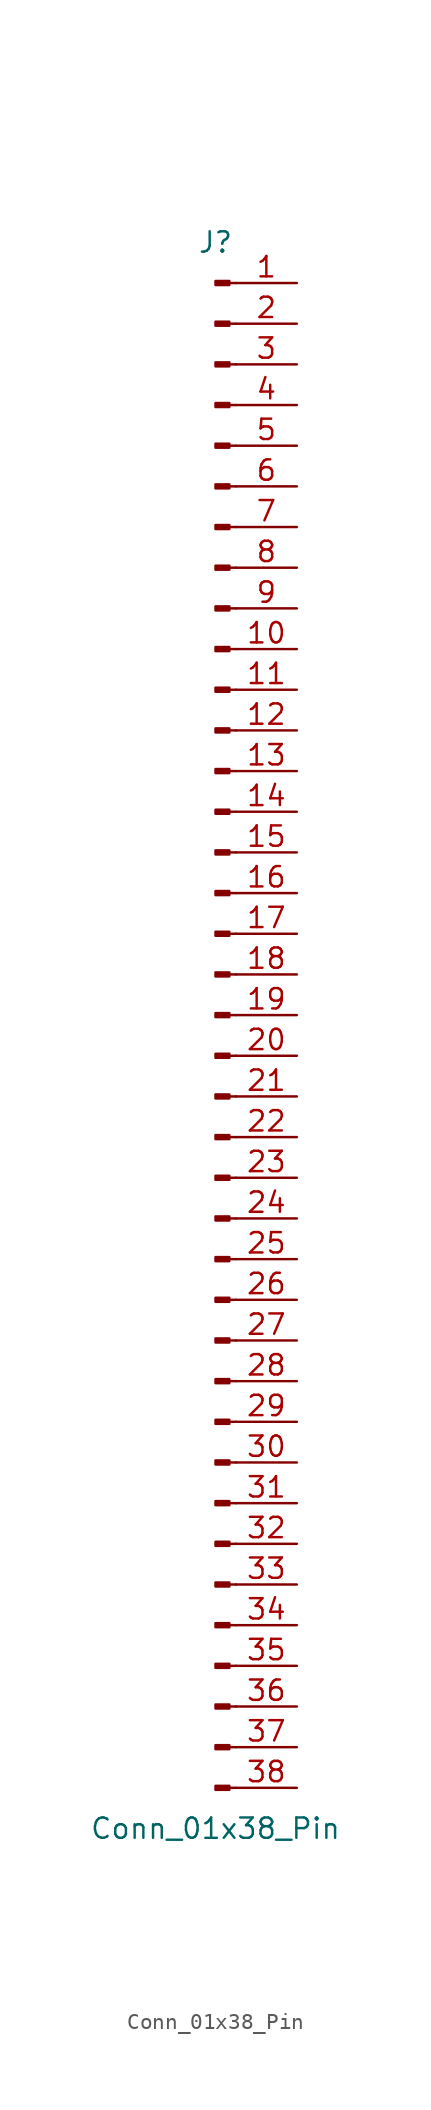
<source format=kicad_sym>
(kicad_symbol_lib
  (version 20241209)
  (generator "kicad_symbol_editor")
  (generator_version "9.0")
  (symbol "Conn_01x38_Pin"
    (pin_names
      (offset 1.016)
      (hide yes))
    (property "Reference" "J"
      (at 0 48.26 0)
      (effects (font (size 1.27 1.27))))
    (property "Value" "Conn_01x38_Pin"
      (at 0 -50.8 0)
      (effects (font (size 1.27 1.27))))
    (property "ki_locked" ""
      (at 0 0 0)
      (effects (font (size 1.27 1.27))))
    (symbol "Conn_01x38_Pin_1_1"
      (rectangle (start 0.864 45.847) (end 0 45.593) (stroke (width 0.152) (type default)) (fill (type outline)))
      (rectangle (start 0.864 43.307) (end 0 43.053) (stroke (width 0.152) (type default)) (fill (type outline)))
      (rectangle (start 0.864 40.767) (end 0 40.513) (stroke (width 0.152) (type default)) (fill (type outline)))
      (rectangle (start 0.864 38.227) (end 0 37.973) (stroke (width 0.152) (type default)) (fill (type outline)))
      (rectangle (start 0.864 35.687) (end 0 35.433) (stroke (width 0.152) (type default)) (fill (type outline)))
      (rectangle (start 0.864 33.147) (end 0 32.893) (stroke (width 0.152) (type default)) (fill (type outline)))
      (rectangle (start 0.864 30.607) (end 0 30.353) (stroke (width 0.152) (type default)) (fill (type outline)))
      (rectangle (start 0.864 28.067) (end 0 27.813) (stroke (width 0.152) (type default)) (fill (type outline)))
      (rectangle (start 0.864 25.527) (end 0 25.273) (stroke (width 0.152) (type default)) (fill (type outline)))
      (rectangle (start 0.864 22.987) (end 0 22.733) (stroke (width 0.152) (type default)) (fill (type outline)))
      (rectangle (start 0.864 20.447) (end 0 20.193) (stroke (width 0.152) (type default)) (fill (type outline)))
      (rectangle (start 0.864 17.907) (end 0 17.653) (stroke (width 0.152) (type default)) (fill (type outline)))
      (rectangle (start 0.864 15.367) (end 0 15.113) (stroke (width 0.152) (type default)) (fill (type outline)))
      (rectangle (start 0.864 12.827) (end 0 12.573) (stroke (width 0.152) (type default)) (fill (type outline)))
      (rectangle (start 0.864 10.287) (end 0 10.033) (stroke (width 0.152) (type default)) (fill (type outline)))
      (rectangle (start 0.864 7.747) (end 0 7.493) (stroke (width 0.152) (type default)) (fill (type outline)))
      (rectangle (start 0.864 5.207) (end 0 4.953) (stroke (width 0.152) (type default)) (fill (type outline)))
      (rectangle (start 0.864 2.667) (end 0 2.413) (stroke (width 0.152) (type default)) (fill (type outline)))
      (rectangle (start 0.864 0.127) (end 0 -0.127) (stroke (width 0.152) (type default)) (fill (type outline)))
      (rectangle (start 0.864 -2.413) (end 0 -2.667) (stroke (width 0.152) (type default)) (fill (type outline)))
      (rectangle (start 0.864 -4.953) (end 0 -5.207) (stroke (width 0.152) (type default)) (fill (type outline)))
      (rectangle (start 0.864 -7.493) (end 0 -7.747) (stroke (width 0.152) (type default)) (fill (type outline)))
      (rectangle (start 0.864 -10.033) (end 0 -10.287) (stroke (width 0.152) (type default)) (fill (type outline)))
      (rectangle (start 0.864 -12.573) (end 0 -12.827) (stroke (width 0.152) (type default)) (fill (type outline)))
      (rectangle (start 0.864 -15.113) (end 0 -15.367) (stroke (width 0.152) (type default)) (fill (type outline)))
      (rectangle (start 0.864 -17.653) (end 0 -17.907) (stroke (width 0.152) (type default)) (fill (type outline)))
      (rectangle (start 0.864 -20.193) (end 0 -20.447) (stroke (width 0.152) (type default)) (fill (type outline)))
      (rectangle (start 0.864 -22.733) (end 0 -22.987) (stroke (width 0.152) (type default)) (fill (type outline)))
      (rectangle (start 0.864 -25.273) (end 0 -25.527) (stroke (width 0.152) (type default)) (fill (type outline)))
      (rectangle (start 0.864 -27.813) (end 0 -28.067) (stroke (width 0.152) (type default)) (fill (type outline)))
      (rectangle (start 0.864 -30.353) (end 0 -30.607) (stroke (width 0.152) (type default)) (fill (type outline)))
      (rectangle (start 0.864 -32.893) (end 0 -33.147) (stroke (width 0.152) (type default)) (fill (type outline)))
      (rectangle (start 0.864 -35.433) (end 0 -35.687) (stroke (width 0.152) (type default)) (fill (type outline)))
      (rectangle (start 0.864 -37.973) (end 0 -38.227) (stroke (width 0.152) (type default)) (fill (type outline)))
      (rectangle (start 0.864 -40.513) (end 0 -40.767) (stroke (width 0.152) (type default)) (fill (type outline)))
      (rectangle (start 0.864 -43.053) (end 0 -43.307) (stroke (width 0.152) (type default)) (fill (type outline)))
      (rectangle (start 0.864 -45.593) (end 0 -45.847) (stroke (width 0.152) (type default)) (fill (type outline)))
      (rectangle (start 0.864 -48.133) (end 0 -48.387) (stroke (width 0.152) (type default)) (fill (type outline)))
      (polyline (pts (xy 1.27 45.72) (xy 0.864 45.72)) (stroke (width 0.152) (type default)) (fill (type none)))
      (polyline (pts (xy 1.27 43.18) (xy 0.864 43.18)) (stroke (width 0.152) (type default)) (fill (type none)))
      (polyline (pts (xy 1.27 40.64) (xy 0.864 40.64)) (stroke (width 0.152) (type default)) (fill (type none)))
      (polyline (pts (xy 1.27 38.1) (xy 0.864 38.1)) (stroke (width 0.152) (type default)) (fill (type none)))
      (polyline (pts (xy 1.27 35.56) (xy 0.864 35.56)) (stroke (width 0.152) (type default)) (fill (type none)))
      (polyline (pts (xy 1.27 33.02) (xy 0.864 33.02)) (stroke (width 0.152) (type default)) (fill (type none)))
      (polyline (pts (xy 1.27 30.48) (xy 0.864 30.48)) (stroke (width 0.152) (type default)) (fill (type none)))
      (polyline (pts (xy 1.27 27.94) (xy 0.864 27.94)) (stroke (width 0.152) (type default)) (fill (type none)))
      (polyline (pts (xy 1.27 25.4) (xy 0.864 25.4)) (stroke (width 0.152) (type default)) (fill (type none)))
      (polyline (pts (xy 1.27 22.86) (xy 0.864 22.86)) (stroke (width 0.152) (type default)) (fill (type none)))
      (polyline (pts (xy 1.27 20.32) (xy 0.864 20.32)) (stroke (width 0.152) (type default)) (fill (type none)))
      (polyline (pts (xy 1.27 17.78) (xy 0.864 17.78)) (stroke (width 0.152) (type default)) (fill (type none)))
      (polyline (pts (xy 1.27 15.24) (xy 0.864 15.24)) (stroke (width 0.152) (type default)) (fill (type none)))
      (polyline (pts (xy 1.27 12.7) (xy 0.864 12.7)) (stroke (width 0.152) (type default)) (fill (type none)))
      (polyline (pts (xy 1.27 10.16) (xy 0.864 10.16)) (stroke (width 0.152) (type default)) (fill (type none)))
      (polyline (pts (xy 1.27 7.62) (xy 0.864 7.62)) (stroke (width 0.152) (type default)) (fill (type none)))
      (polyline (pts (xy 1.27 5.08) (xy 0.864 5.08)) (stroke (width 0.152) (type default)) (fill (type none)))
      (polyline (pts (xy 1.27 2.54) (xy 0.864 2.54)) (stroke (width 0.152) (type default)) (fill (type none)))
      (polyline (pts (xy 1.27 0) (xy 0.864 0)) (stroke (width 0.152) (type default)) (fill (type none)))
      (polyline (pts (xy 1.27 -2.54) (xy 0.864 -2.54)) (stroke (width 0.152) (type default)) (fill (type none)))
      (polyline (pts (xy 1.27 -5.08) (xy 0.864 -5.08)) (stroke (width 0.152) (type default)) (fill (type none)))
      (polyline (pts (xy 1.27 -7.62) (xy 0.864 -7.62)) (stroke (width 0.152) (type default)) (fill (type none)))
      (polyline (pts (xy 1.27 -10.16) (xy 0.864 -10.16)) (stroke (width 0.152) (type default)) (fill (type none)))
      (polyline (pts (xy 1.27 -12.7) (xy 0.864 -12.7)) (stroke (width 0.152) (type default)) (fill (type none)))
      (polyline (pts (xy 1.27 -15.24) (xy 0.864 -15.24)) (stroke (width 0.152) (type default)) (fill (type none)))
      (polyline (pts (xy 1.27 -17.78) (xy 0.864 -17.78)) (stroke (width 0.152) (type default)) (fill (type none)))
      (polyline (pts (xy 1.27 -20.32) (xy 0.864 -20.32)) (stroke (width 0.152) (type default)) (fill (type none)))
      (polyline (pts (xy 1.27 -22.86) (xy 0.864 -22.86)) (stroke (width 0.152) (type default)) (fill (type none)))
      (polyline (pts (xy 1.27 -25.4) (xy 0.864 -25.4)) (stroke (width 0.152) (type default)) (fill (type none)))
      (polyline (pts (xy 1.27 -27.94) (xy 0.864 -27.94)) (stroke (width 0.152) (type default)) (fill (type none)))
      (polyline (pts (xy 1.27 -30.48) (xy 0.864 -30.48)) (stroke (width 0.152) (type default)) (fill (type none)))
      (polyline (pts (xy 1.27 -33.02) (xy 0.864 -33.02)) (stroke (width 0.152) (type default)) (fill (type none)))
      (polyline (pts (xy 1.27 -35.56) (xy 0.864 -35.56)) (stroke (width 0.152) (type default)) (fill (type none)))
      (polyline (pts (xy 1.27 -38.1) (xy 0.864 -38.1)) (stroke (width 0.152) (type default)) (fill (type none)))
      (polyline (pts (xy 1.27 -40.64) (xy 0.864 -40.64)) (stroke (width 0.152) (type default)) (fill (type none)))
      (polyline (pts (xy 1.27 -43.18) (xy 0.864 -43.18)) (stroke (width 0.152) (type default)) (fill (type none)))
      (polyline (pts (xy 1.27 -45.72) (xy 0.864 -45.72)) (stroke (width 0.152) (type default)) (fill (type none)))
      (polyline (pts (xy 1.27 -48.26) (xy 0.864 -48.26)) (stroke (width 0.152) (type default)) (fill (type none)))
      (pin passive line (at 5.08 45.72 180) (length 3.81) (name "Pin_1" (effects (font (size 1.27 1.27)))) (number "1" (effects (font (size 1.27 1.27)))))
      (pin passive line (at 5.08 43.18 180) (length 3.81) (name "Pin_2" (effects (font (size 1.27 1.27)))) (number "2" (effects (font (size 1.27 1.27)))))
      (pin passive line (at 5.08 40.64 180) (length 3.81) (name "Pin_3" (effects (font (size 1.27 1.27)))) (number "3" (effects (font (size 1.27 1.27)))))
      (pin passive line (at 5.08 38.1 180) (length 3.81) (name "Pin_4" (effects (font (size 1.27 1.27)))) (number "4" (effects (font (size 1.27 1.27)))))
      (pin passive line (at 5.08 35.56 180) (length 3.81) (name "Pin_5" (effects (font (size 1.27 1.27)))) (number "5" (effects (font (size 1.27 1.27)))))
      (pin passive line (at 5.08 33.02 180) (length 3.81) (name "Pin_6" (effects (font (size 1.27 1.27)))) (number "6" (effects (font (size 1.27 1.27)))))
      (pin passive line (at 5.08 30.48 180) (length 3.81) (name "Pin_7" (effects (font (size 1.27 1.27)))) (number "7" (effects (font (size 1.27 1.27)))))
      (pin passive line (at 5.08 27.94 180) (length 3.81) (name "Pin_8" (effects (font (size 1.27 1.27)))) (number "8" (effects (font (size 1.27 1.27)))))
      (pin passive line (at 5.08 25.4 180) (length 3.81) (name "Pin_9" (effects (font (size 1.27 1.27)))) (number "9" (effects (font (size 1.27 1.27)))))
      (pin passive line (at 5.08 22.86 180) (length 3.81) (name "Pin_10" (effects (font (size 1.27 1.27)))) (number "10" (effects (font (size 1.27 1.27)))))
      (pin passive line (at 5.08 20.32 180) (length 3.81) (name "Pin_11" (effects (font (size 1.27 1.27)))) (number "11" (effects (font (size 1.27 1.27)))))
      (pin passive line (at 5.08 17.78 180) (length 3.81) (name "Pin_12" (effects (font (size 1.27 1.27)))) (number "12" (effects (font (size 1.27 1.27)))))
      (pin passive line (at 5.08 15.24 180) (length 3.81) (name "Pin_13" (effects (font (size 1.27 1.27)))) (number "13" (effects (font (size 1.27 1.27)))))
      (pin passive line (at 5.08 12.7 180) (length 3.81) (name "Pin_14" (effects (font (size 1.27 1.27)))) (number "14" (effects (font (size 1.27 1.27)))))
      (pin passive line (at 5.08 10.16 180) (length 3.81) (name "Pin_15" (effects (font (size 1.27 1.27)))) (number "15" (effects (font (size 1.27 1.27)))))
      (pin passive line (at 5.08 7.62 180) (length 3.81) (name "Pin_16" (effects (font (size 1.27 1.27)))) (number "16" (effects (font (size 1.27 1.27)))))
      (pin passive line (at 5.08 5.08 180) (length 3.81) (name "Pin_17" (effects (font (size 1.27 1.27)))) (number "17" (effects (font (size 1.27 1.27)))))
      (pin passive line (at 5.08 2.54 180) (length 3.81) (name "Pin_18" (effects (font (size 1.27 1.27)))) (number "18" (effects (font (size 1.27 1.27)))))
      (pin passive line (at 5.08 0 180) (length 3.81) (name "Pin_19" (effects (font (size 1.27 1.27)))) (number "19" (effects (font (size 1.27 1.27)))))
      (pin passive line (at 5.08 -2.54 180) (length 3.81) (name "Pin_20" (effects (font (size 1.27 1.27)))) (number "20" (effects (font (size 1.27 1.27)))))
      (pin passive line (at 5.08 -5.08 180) (length 3.81) (name "Pin_21" (effects (font (size 1.27 1.27)))) (number "21" (effects (font (size 1.27 1.27)))))
      (pin passive line (at 5.08 -7.62 180) (length 3.81) (name "Pin_22" (effects (font (size 1.27 1.27)))) (number "22" (effects (font (size 1.27 1.27)))))
      (pin passive line (at 5.08 -10.16 180) (length 3.81) (name "Pin_23" (effects (font (size 1.27 1.27)))) (number "23" (effects (font (size 1.27 1.27)))))
      (pin passive line (at 5.08 -12.7 180) (length 3.81) (name "Pin_24" (effects (font (size 1.27 1.27)))) (number "24" (effects (font (size 1.27 1.27)))))
      (pin passive line (at 5.08 -15.24 180) (length 3.81) (name "Pin_25" (effects (font (size 1.27 1.27)))) (number "25" (effects (font (size 1.27 1.27)))))
      (pin passive line (at 5.08 -17.78 180) (length 3.81) (name "Pin_26" (effects (font (size 1.27 1.27)))) (number "26" (effects (font (size 1.27 1.27)))))
      (pin passive line (at 5.08 -20.32 180) (length 3.81) (name "Pin_27" (effects (font (size 1.27 1.27)))) (number "27" (effects (font (size 1.27 1.27)))))
      (pin passive line (at 5.08 -22.86 180) (length 3.81) (name "Pin_28" (effects (font (size 1.27 1.27)))) (number "28" (effects (font (size 1.27 1.27)))))
      (pin passive line (at 5.08 -25.4 180) (length 3.81) (name "Pin_29" (effects (font (size 1.27 1.27)))) (number "29" (effects (font (size 1.27 1.27)))))
      (pin passive line (at 5.08 -27.94 180) (length 3.81) (name "Pin_30" (effects (font (size 1.27 1.27)))) (number "30" (effects (font (size 1.27 1.27)))))
      (pin passive line (at 5.08 -30.48 180) (length 3.81) (name "Pin_31" (effects (font (size 1.27 1.27)))) (number "31" (effects (font (size 1.27 1.27)))))
      (pin passive line (at 5.08 -33.02 180) (length 3.81) (name "Pin_32" (effects (font (size 1.27 1.27)))) (number "32" (effects (font (size 1.27 1.27)))))
      (pin passive line (at 5.08 -35.56 180) (length 3.81) (name "Pin_33" (effects (font (size 1.27 1.27)))) (number "33" (effects (font (size 1.27 1.27)))))
      (pin passive line (at 5.08 -38.1 180) (length 3.81) (name "Pin_34" (effects (font (size 1.27 1.27)))) (number "34" (effects (font (size 1.27 1.27)))))
      (pin passive line (at 5.08 -40.64 180) (length 3.81) (name "Pin_35" (effects (font (size 1.27 1.27)))) (number "35" (effects (font (size 1.27 1.27)))))
      (pin passive line (at 5.08 -43.18 180) (length 3.81) (name "Pin_36" (effects (font (size 1.27 1.27)))) (number "36" (effects (font (size 1.27 1.27)))))
      (pin passive line (at 5.08 -45.72 180) (length 3.81) (name "Pin_37" (effects (font (size 1.27 1.27)))) (number "37" (effects (font (size 1.27 1.27)))))
      (pin passive line (at 5.08 -48.26 180) (length 3.81) (name "Pin_38" (effects (font (size 1.27 1.27)))) (number "38" (effects (font (size 1.27 1.27))))))))
</source>
